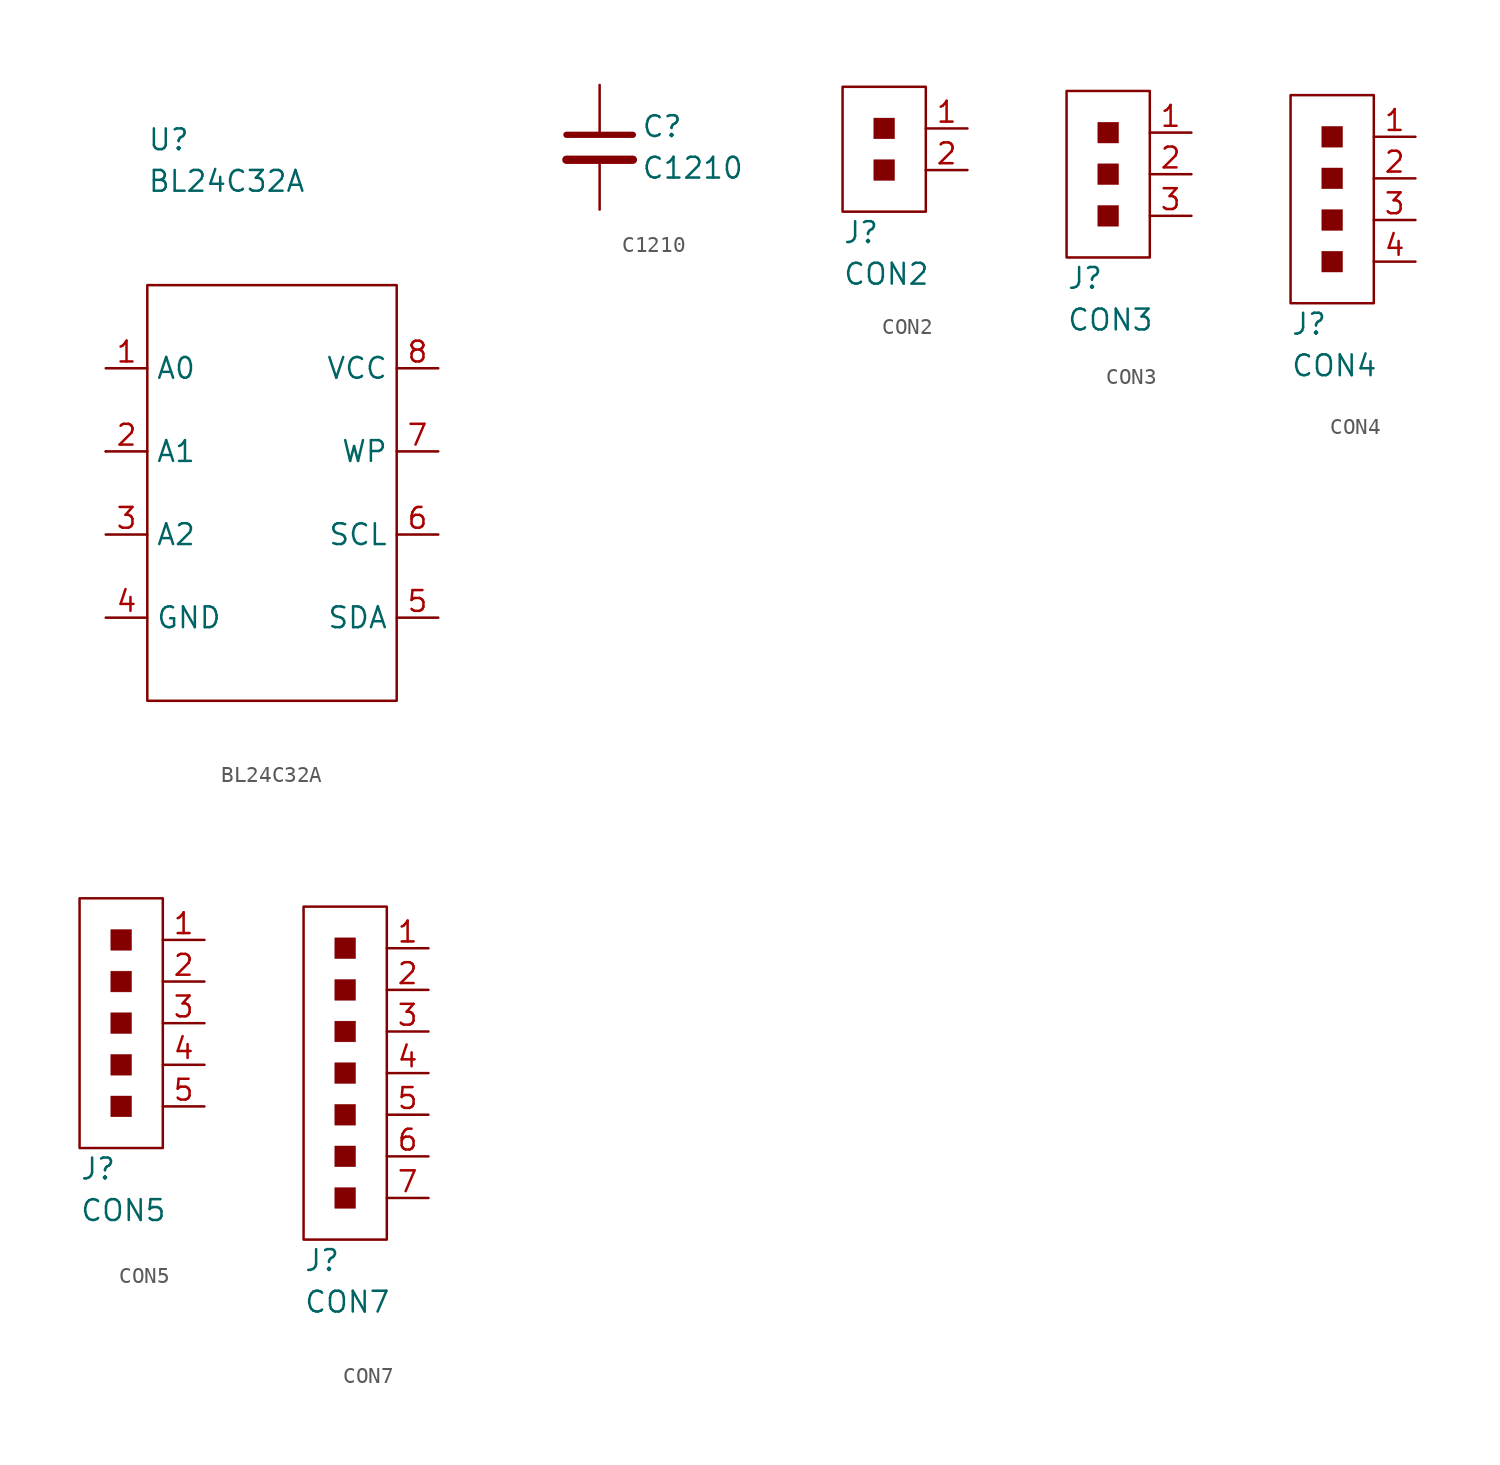
<source format=kicad_sym>
(kicad_symbol_lib
  (version 20211014)
  (generator kicad_symbol_editor)
  (symbol "BL24C32A"
    (property "Reference" "U"
      (at 0 8.89 0)
      (effects (font (size 1.27 1.27)) (justify left)))
    (property "Value" "BL24C32A"
      (at 0 6.35 0)
      (effects (font (size 1.27 1.27)) (justify left)))
    (symbol "BL24C32A_0_1"
      (rectangle (start -2.54 -10.16) (end -2.54 -10.16) (stroke (width 0) (type default) (color 0 0 0 0)) (fill (type none)))
      (rectangle (start 0 0) (end 15.24 -25.4) (stroke (width 0.152) (type default) (color 0 0 0 0)) (fill (type none))))
    (symbol "BL24C32A_1_1"
      (pin passive line (at -2.54 -5.08 0) (length 2.54) (name "A0" (effects (font (size 1.27 1.27)))) (number "1" (effects (font (size 1.27 1.27)))))
      (pin passive line (at -2.54 -10.16 0) (length 2.54) (name "A1" (effects (font (size 1.27 1.27)))) (number "2" (effects (font (size 1.27 1.27)))))
      (pin passive line (at -2.54 -15.24 0) (length 2.54) (name "A2" (effects (font (size 1.27 1.27)))) (number "3" (effects (font (size 1.27 1.27)))))
      (pin passive line (at -2.54 -20.32 0) (length 2.54) (name "GND" (effects (font (size 1.27 1.27)))) (number "4" (effects (font (size 1.27 1.27)))))
      (pin passive line (at 17.78 -20.32 180) (length 2.54) (name "SDA" (effects (font (size 1.27 1.27)))) (number "5" (effects (font (size 1.27 1.27)))))
      (pin passive line (at 17.78 -15.24 180) (length 2.54) (name "SCL" (effects (font (size 1.27 1.27)))) (number "6" (effects (font (size 1.27 1.27)))))
      (pin passive line (at 17.78 -10.16 180) (length 2.54) (name "WP" (effects (font (size 1.27 1.27)))) (number "7" (effects (font (size 1.27 1.27)))))
      (pin passive line (at 17.78 -5.08 180) (length 2.54) (name "VCC" (effects (font (size 1.27 1.27)))) (number "8" (effects (font (size 1.27 1.27)))))))
  (symbol "C1210"
    (pin_numbers hide)
    (pin_names
      (offset 0.254))
    (property "Reference" "C"
      (at 2.54 2.54 0)
      (effects (font (size 1.27 1.27)) (justify left)))
    (property "Value" "C1210"
      (at 2.54 0 0)
      (effects (font (size 1.27 1.27)) (justify left)))
    (symbol "C1210_0_1"
      (polyline (pts (xy -2.032 0.508) (xy 2.032 0.508)) (stroke (width 0.508) (type default) (color 0 0 0 0)) (fill (type none)))
      (polyline (pts (xy -2.032 2.032) (xy 2.032 2.032)) (stroke (width 0.381) (type default) (color 0 0 0 0)) (fill (type none))))
    (symbol "C1210_1_1"
      (pin passive line (at 0 5.08 270) (length 3.048) (name "~" (effects (font (size 1.27 1.27)))) (number "1" (effects (font (size 1.27 1.27)))))
      (pin passive line (at 0 -2.54 90) (length 2.794) (name "~" (effects (font (size 1.27 1.27)))) (number "2" (effects (font (size 1.27 1.27)))))))
  (symbol "CON2"
    (pin_names
      (offset 1.016))
    (property "Reference" "J"
      (at -5.08 -3.81 0)
      (effects (font (size 1.27 1.27)) (justify left)))
    (property "Value" "CON2"
      (at -5.08 -6.35 0)
      (effects (font (size 1.27 1.27)) (justify left)))
    (symbol "CON2_0_1"
      (rectangle (start -5.08 5.08) (end 0 -2.54) (stroke (width 0.152) (type default) (color 0 0 0 0)) (fill (type none)))
      (rectangle (start -3.175 0.635) (end -1.905 -0.635) (stroke (width 0.001) (type default) (color 0 0 0 0)) (fill (type outline)))
      (rectangle (start -3.175 3.175) (end -1.905 1.905) (stroke (width 0.001) (type default) (color 0 0 0 0)) (fill (type outline))))
    (symbol "CON2_1_1"
      (pin passive line (at 2.54 2.54 180) (length 2.54) (name "~" (effects (font (size 1.27 1.27)))) (number "1" (effects (font (size 1.27 1.27)))))
      (pin passive line (at 2.54 0 180) (length 2.54) (name "~" (effects (font (size 1.27 1.27)))) (number "2" (effects (font (size 1.27 1.27)))))))
  (symbol "CON3"
    (pin_names
      (offset 1.016))
    (property "Reference" "J"
      (at -5.08 -6.35 0)
      (effects (font (size 1.27 1.27)) (justify left)))
    (property "Value" "CON3"
      (at -5.08 -8.89 0)
      (effects (font (size 1.27 1.27)) (justify left)))
    (symbol "CON3_0_1"
      (rectangle (start -5.08 5.08) (end 0 -5.08) (stroke (width 0.152) (type default) (color 0 0 0 0)) (fill (type none)))
      (rectangle (start -3.175 -1.905) (end -1.905 -3.175) (stroke (width 0.001) (type default) (color 0 0 0 0)) (fill (type outline)))
      (rectangle (start -3.175 0.635) (end -1.905 -0.635) (stroke (width 0.001) (type default) (color 0 0 0 0)) (fill (type outline)))
      (rectangle (start -3.175 3.175) (end -1.905 1.905) (stroke (width 0.001) (type default) (color 0 0 0 0)) (fill (type outline))))
    (symbol "CON3_1_1"
      (pin passive line (at 2.54 2.54 180) (length 2.54) (name "~" (effects (font (size 1.27 1.27)))) (number "1" (effects (font (size 1.27 1.27)))))
      (pin passive line (at 2.54 0 180) (length 2.54) (name "~" (effects (font (size 1.27 1.27)))) (number "2" (effects (font (size 1.27 1.27)))))
      (pin passive line (at 2.54 -2.54 180) (length 2.54) (name "~" (effects (font (size 1.27 1.27)))) (number "3" (effects (font (size 1.27 1.27)))))))
  (symbol "CON4"
    (pin_names
      (offset 1.016))
    (property "Reference" "J"
      (at -5.08 -6.35 0)
      (effects (font (size 1.27 1.27)) (justify left)))
    (property "Value" "CON4"
      (at -5.08 -8.89 0)
      (effects (font (size 1.27 1.27)) (justify left)))
    (symbol "CON4_0_1"
      (rectangle (start -5.08 7.62) (end 0 -5.08) (stroke (width 0.152) (type default) (color 0 0 0 0)) (fill (type none)))
      (rectangle (start -3.175 -1.905) (end -1.905 -3.175) (stroke (width 0.001) (type default) (color 0 0 0 0)) (fill (type outline)))
      (rectangle (start -3.175 0.635) (end -1.905 -0.635) (stroke (width 0.001) (type default) (color 0 0 0 0)) (fill (type outline)))
      (rectangle (start -3.175 3.175) (end -1.905 1.905) (stroke (width 0.001) (type default) (color 0 0 0 0)) (fill (type outline)))
      (rectangle (start -3.175 5.715) (end -1.905 4.445) (stroke (width 0.001) (type default) (color 0 0 0 0)) (fill (type outline))))
    (symbol "CON4_1_1"
      (pin passive line (at 2.54 5.08 180) (length 2.54) (name "~" (effects (font (size 1.27 1.27)))) (number "1" (effects (font (size 1.27 1.27)))))
      (pin passive line (at 2.54 2.54 180) (length 2.54) (name "~" (effects (font (size 1.27 1.27)))) (number "2" (effects (font (size 1.27 1.27)))))
      (pin passive line (at 2.54 0 180) (length 2.54) (name "~" (effects (font (size 1.27 1.27)))) (number "3" (effects (font (size 1.27 1.27)))))
      (pin passive line (at 2.54 -2.54 180) (length 2.54) (name "~" (effects (font (size 1.27 1.27)))) (number "4" (effects (font (size 1.27 1.27)))))))
  (symbol "CON5"
    (pin_names
      (offset 1.016))
    (property "Reference" "J"
      (at -5.08 -8.89 0)
      (effects (font (size 1.27 1.27)) (justify left)))
    (property "Value" "CON5"
      (at -5.08 -11.43 0)
      (effects (font (size 1.27 1.27)) (justify left)))
    (symbol "CON5_0_1"
      (rectangle (start -5.08 7.62) (end 0 -7.62) (stroke (width 0.152) (type default) (color 0 0 0 0)) (fill (type none)))
      (rectangle (start -3.175 -4.445) (end -1.905 -5.715) (stroke (width 0.001) (type default) (color 0 0 0 0)) (fill (type outline)))
      (rectangle (start -3.175 -1.905) (end -1.905 -3.175) (stroke (width 0.001) (type default) (color 0 0 0 0)) (fill (type outline)))
      (rectangle (start -3.175 0.635) (end -1.905 -0.635) (stroke (width 0.001) (type default) (color 0 0 0 0)) (fill (type outline)))
      (rectangle (start -3.175 3.175) (end -1.905 1.905) (stroke (width 0.001) (type default) (color 0 0 0 0)) (fill (type outline)))
      (rectangle (start -3.175 5.715) (end -1.905 4.445) (stroke (width 0.001) (type default) (color 0 0 0 0)) (fill (type outline))))
    (symbol "CON5_1_1"
      (pin passive line (at 2.54 5.08 180) (length 2.54) (name "~" (effects (font (size 1.27 1.27)))) (number "1" (effects (font (size 1.27 1.27)))))
      (pin passive line (at 2.54 2.54 180) (length 2.54) (name "~" (effects (font (size 1.27 1.27)))) (number "2" (effects (font (size 1.27 1.27)))))
      (pin passive line (at 2.54 0 180) (length 2.54) (name "~" (effects (font (size 1.27 1.27)))) (number "3" (effects (font (size 1.27 1.27)))))
      (pin passive line (at 2.54 -2.54 180) (length 2.54) (name "~" (effects (font (size 1.27 1.27)))) (number "4" (effects (font (size 1.27 1.27)))))
      (pin passive line (at 2.54 -5.08 180) (length 2.54) (name "~" (effects (font (size 1.27 1.27)))) (number "5" (effects (font (size 1.27 1.27)))))))
  (symbol "CON7"
    (pin_names
      (offset 1.016))
    (property "Reference" "J"
      (at -5.08 -11.43 0)
      (effects (font (size 1.27 1.27)) (justify left)))
    (property "Value" "CON7"
      (at -5.08 -13.97 0)
      (effects (font (size 1.27 1.27)) (justify left)))
    (symbol "CON7_0_1"
      (rectangle (start -5.08 10.16) (end 0 -10.16) (stroke (width 0.152) (type default) (color 0 0 0 0)) (fill (type none)))
      (rectangle (start -3.175 -6.985) (end -1.905 -8.255) (stroke (width 0.001) (type default) (color 0 0 0 0)) (fill (type outline)))
      (rectangle (start -3.175 -4.445) (end -1.905 -5.715) (stroke (width 0.001) (type default) (color 0 0 0 0)) (fill (type outline)))
      (rectangle (start -3.175 -1.905) (end -1.905 -3.175) (stroke (width 0.001) (type default) (color 0 0 0 0)) (fill (type outline)))
      (rectangle (start -3.175 0.635) (end -1.905 -0.635) (stroke (width 0.001) (type default) (color 0 0 0 0)) (fill (type outline)))
      (rectangle (start -3.175 3.175) (end -1.905 1.905) (stroke (width 0.001) (type default) (color 0 0 0 0)) (fill (type outline)))
      (rectangle (start -3.175 5.715) (end -1.905 4.445) (stroke (width 0.001) (type default) (color 0 0 0 0)) (fill (type outline)))
      (rectangle (start -3.175 8.255) (end -1.905 6.985) (stroke (width 0.001) (type default) (color 0 0 0 0)) (fill (type outline))))
    (symbol "CON7_1_1"
      (pin passive line (at 2.54 7.62 180) (length 2.54) (name "~" (effects (font (size 1.27 1.27)))) (number "1" (effects (font (size 1.27 1.27)))))
      (pin passive line (at 2.54 5.08 180) (length 2.54) (name "~" (effects (font (size 1.27 1.27)))) (number "2" (effects (font (size 1.27 1.27)))))
      (pin passive line (at 2.54 2.54 180) (length 2.54) (name "~" (effects (font (size 1.27 1.27)))) (number "3" (effects (font (size 1.27 1.27)))))
      (pin passive line (at 2.54 0 180) (length 2.54) (name "~" (effects (font (size 1.27 1.27)))) (number "4" (effects (font (size 1.27 1.27)))))
      (pin passive line (at 2.54 -2.54 180) (length 2.54) (name "~" (effects (font (size 1.27 1.27)))) (number "5" (effects (font (size 1.27 1.27)))))
      (pin passive line (at 2.54 -5.08 180) (length 2.54) (name "~" (effects (font (size 1.27 1.27)))) (number "6" (effects (font (size 1.27 1.27)))))
      (pin passive line (at 2.54 -7.62 180) (length 2.54) (name "~" (effects (font (size 1.27 1.27)))) (number "7" (effects (font (size 1.27 1.27))))))))
</source>
